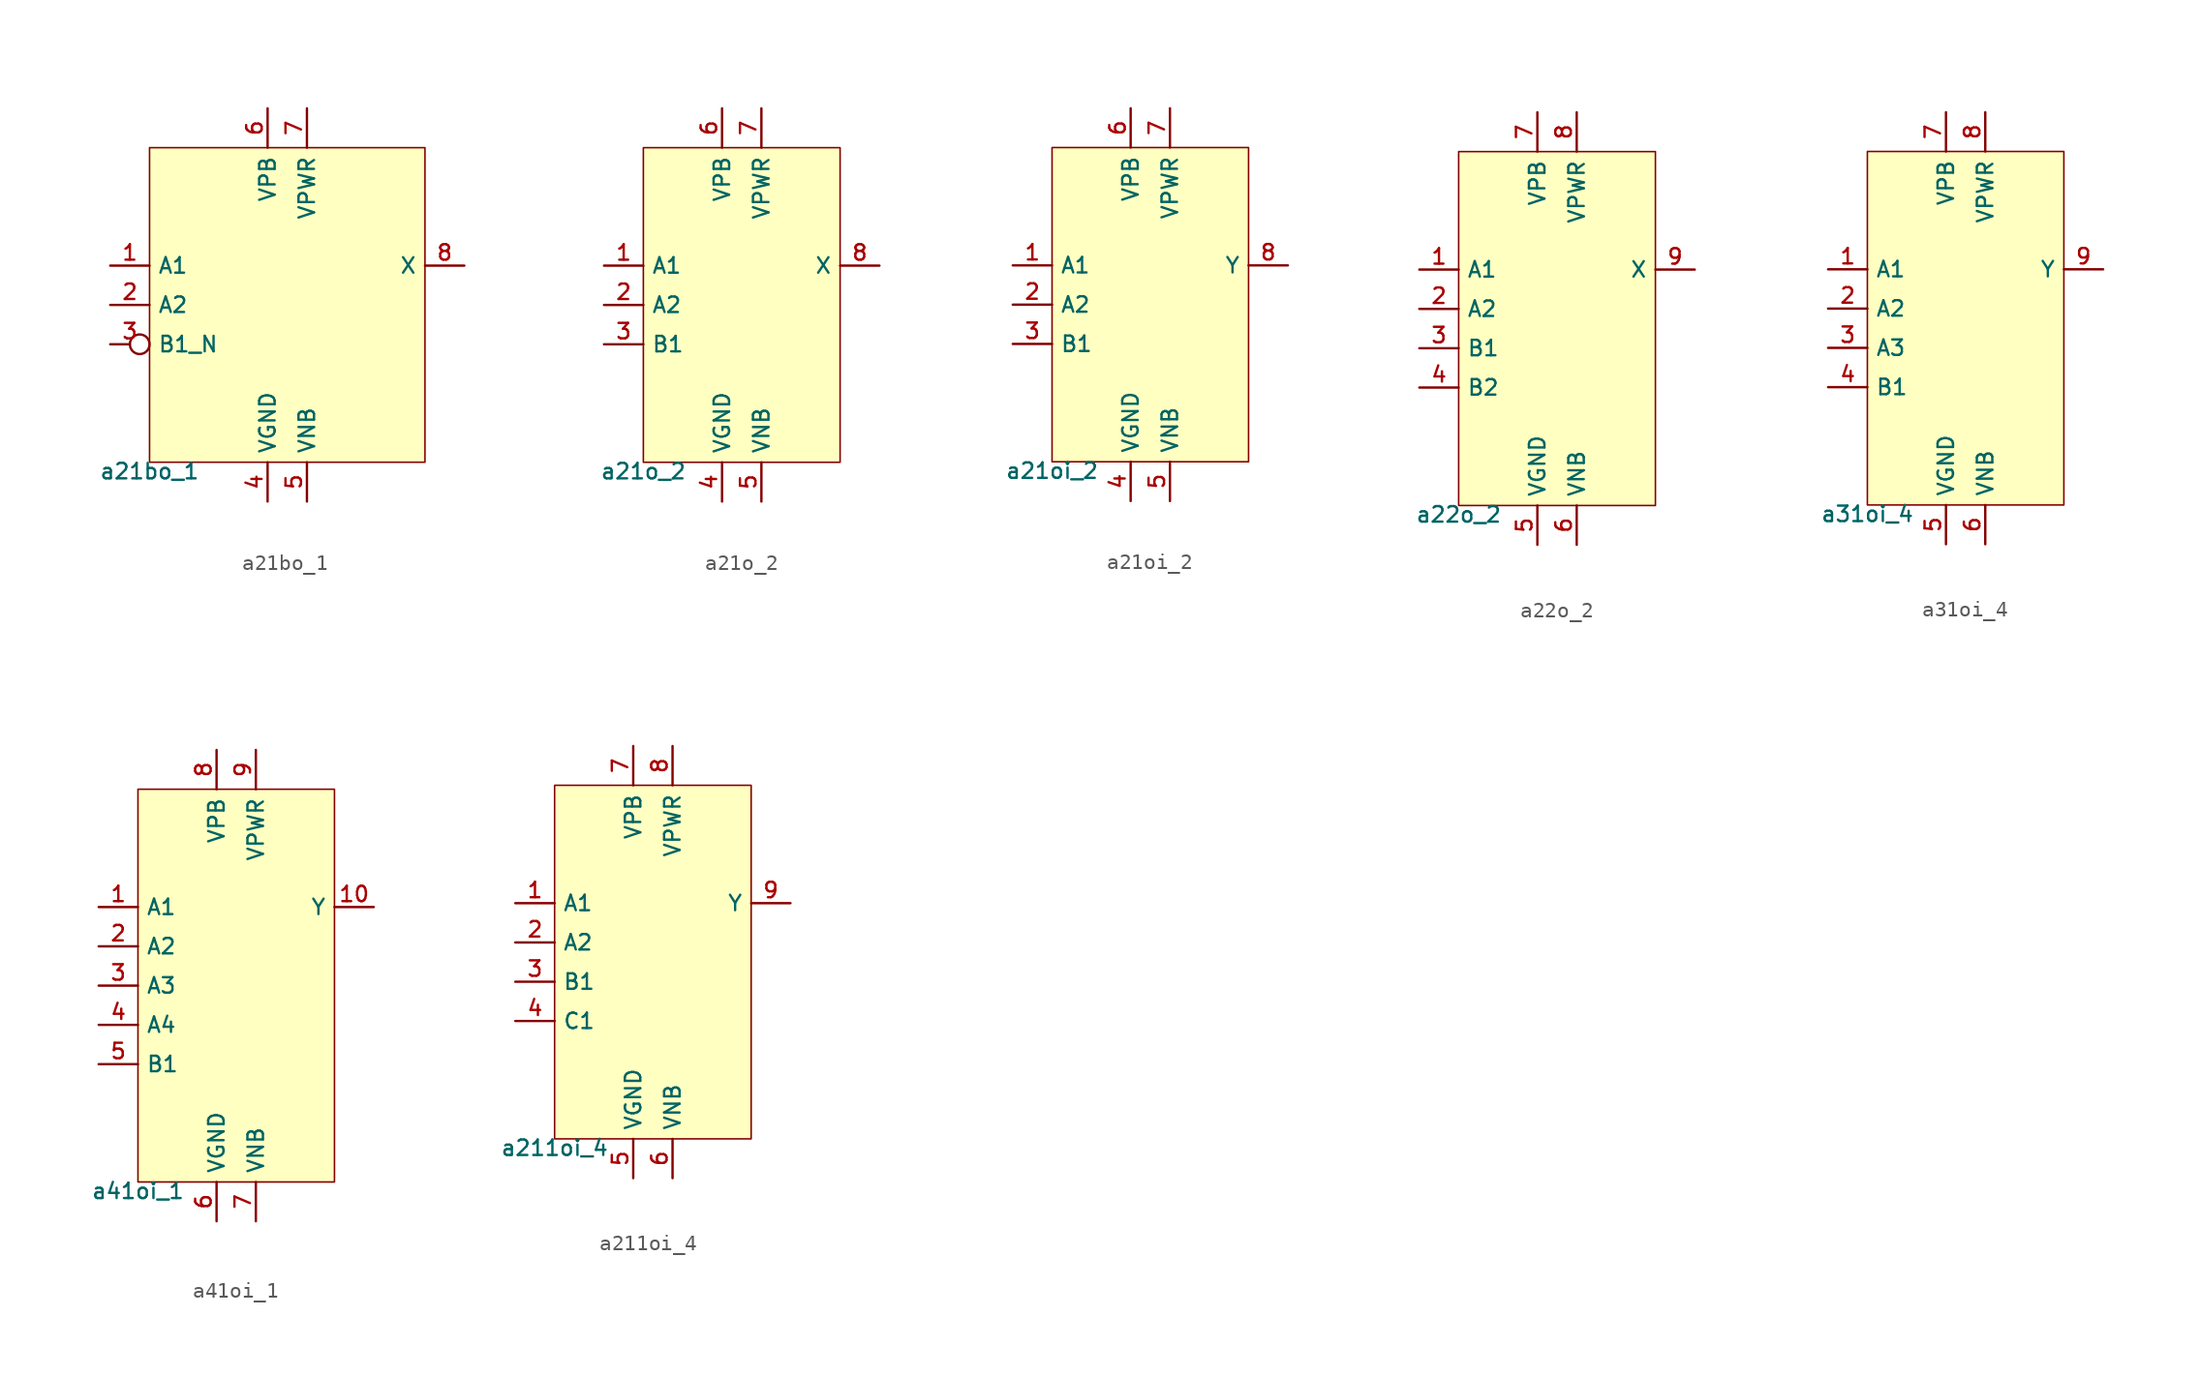
<source format=kicad_sym>
(kicad_symbol_lib
  (version 20211014)
  (generator pdk2kicad)
  (symbol "a21bo_1"
    (property "Reference" "X"
      (at 0 0 0)
      (effects (font (size 1 1)) hide))
    (property "Value" "a21bo_1"
      (at -8.89 -10.16 0)
      (effects (font (size 1 1)) (justify top)))
    (rectangle
      (start -8.89 -10.16)
      (end 8.89 10.16)
      (stroke (width 0.1) (type solid) (color 0 0 0 0))
      (fill (type background)))
    (pin input line
      (at -11.43 2.54 0)
      (length 2.54)
      (name "A1" (effects (font (size 1 1)) hide))
      (number "1" (effects (font (size 1 1)) hide)))
    (pin input line
      (at -11.43 0.0 0)
      (length 2.54)
      (name "A2" (effects (font (size 1 1)) hide))
      (number "2" (effects (font (size 1 1)) hide)))
    (pin input inverted
      (at -11.43 -2.54 0)
      (length 2.54)
      (name "B1_N" (effects (font (size 1 1)) hide))
      (number "3" (effects (font (size 1 1)) hide)))
    (pin power_in line
      (at -1.27 -12.7 90)
      (length 2.54)
      (name "VGND" (effects (font (size 1 1)) hide))
      (number "4" (effects (font (size 1 1)) hide)))
    (pin power_in line
      (at 1.27 -12.7 90)
      (length 2.54)
      (name "VNB" (effects (font (size 1 1)) hide))
      (number "5" (effects (font (size 1 1)) hide)))
    (pin power_in line
      (at -1.27 12.7 270)
      (length 2.54)
      (name "VPB" (effects (font (size 1 1)) hide))
      (number "6" (effects (font (size 1 1)) hide)))
    (pin power_in line
      (at 1.27 12.7 270)
      (length 2.54)
      (name "VPWR" (effects (font (size 1 1)) hide))
      (number "7" (effects (font (size 1 1)) hide)))
    (pin output line
      (at 11.43 2.54 180)
      (length 2.54)
      (name "X" (effects (font (size 1 1)) hide))
      (number "8" (effects (font (size 1 1)) hide))))
  (symbol "a21o_2"
    (property "Reference" "X"
      (at 0 0 0)
      (effects (font (size 1 1)) hide))
    (property "Value" "a21o_2"
      (at -6.35 -10.16 0)
      (effects (font (size 1 1)) (justify top)))
    (rectangle
      (start -6.35 -10.16)
      (end 6.35 10.16)
      (stroke (width 0.1) (type solid) (color 0 0 0 0))
      (fill (type background)))
    (pin input line
      (at -8.89 2.54 0)
      (length 2.54)
      (name "A1" (effects (font (size 1 1)) hide))
      (number "1" (effects (font (size 1 1)) hide)))
    (pin input line
      (at -8.89 0.0 0)
      (length 2.54)
      (name "A2" (effects (font (size 1 1)) hide))
      (number "2" (effects (font (size 1 1)) hide)))
    (pin input line
      (at -8.89 -2.54 0)
      (length 2.54)
      (name "B1" (effects (font (size 1 1)) hide))
      (number "3" (effects (font (size 1 1)) hide)))
    (pin power_in line
      (at -1.27 -12.7 90)
      (length 2.54)
      (name "VGND" (effects (font (size 1 1)) hide))
      (number "4" (effects (font (size 1 1)) hide)))
    (pin power_in line
      (at 1.27 -12.7 90)
      (length 2.54)
      (name "VNB" (effects (font (size 1 1)) hide))
      (number "5" (effects (font (size 1 1)) hide)))
    (pin power_in line
      (at -1.27 12.7 270)
      (length 2.54)
      (name "VPB" (effects (font (size 1 1)) hide))
      (number "6" (effects (font (size 1 1)) hide)))
    (pin power_in line
      (at 1.27 12.7 270)
      (length 2.54)
      (name "VPWR" (effects (font (size 1 1)) hide))
      (number "7" (effects (font (size 1 1)) hide)))
    (pin output line
      (at 8.89 2.54 180)
      (length 2.54)
      (name "X" (effects (font (size 1 1)) hide))
      (number "8" (effects (font (size 1 1)) hide))))
  (symbol "a21oi_2"
    (property "Reference" "X"
      (at 0 0 0)
      (effects (font (size 1 1)) hide))
    (property "Value" "a21oi_2"
      (at -6.35 -10.16 0)
      (effects (font (size 1 1)) (justify top)))
    (rectangle
      (start -6.35 -10.16)
      (end 6.35 10.16)
      (stroke (width 0.1) (type solid) (color 0 0 0 0))
      (fill (type background)))
    (pin input line
      (at -8.89 2.54 0)
      (length 2.54)
      (name "A1" (effects (font (size 1 1)) hide))
      (number "1" (effects (font (size 1 1)) hide)))
    (pin input line
      (at -8.89 0.0 0)
      (length 2.54)
      (name "A2" (effects (font (size 1 1)) hide))
      (number "2" (effects (font (size 1 1)) hide)))
    (pin input line
      (at -8.89 -2.54 0)
      (length 2.54)
      (name "B1" (effects (font (size 1 1)) hide))
      (number "3" (effects (font (size 1 1)) hide)))
    (pin power_in line
      (at -1.27 -12.7 90)
      (length 2.54)
      (name "VGND" (effects (font (size 1 1)) hide))
      (number "4" (effects (font (size 1 1)) hide)))
    (pin power_in line
      (at 1.27 -12.7 90)
      (length 2.54)
      (name "VNB" (effects (font (size 1 1)) hide))
      (number "5" (effects (font (size 1 1)) hide)))
    (pin power_in line
      (at -1.27 12.7 270)
      (length 2.54)
      (name "VPB" (effects (font (size 1 1)) hide))
      (number "6" (effects (font (size 1 1)) hide)))
    (pin power_in line
      (at 1.27 12.7 270)
      (length 2.54)
      (name "VPWR" (effects (font (size 1 1)) hide))
      (number "7" (effects (font (size 1 1)) hide)))
    (pin output line
      (at 8.89 2.54 180)
      (length 2.54)
      (name "Y" (effects (font (size 1 1)) hide))
      (number "8" (effects (font (size 1 1)) hide))))
  (symbol "a22o_2"
    (property "Reference" "X"
      (at 0 0 0)
      (effects (font (size 1 1)) hide))
    (property "Value" "a22o_2"
      (at -6.35 -11.43 0)
      (effects (font (size 1 1)) (justify top)))
    (rectangle
      (start -6.35 -11.43)
      (end 6.35 11.43)
      (stroke (width 0.1) (type solid) (color 0 0 0 0))
      (fill (type background)))
    (pin input line
      (at -8.89 3.81 0)
      (length 2.54)
      (name "A1" (effects (font (size 1 1)) hide))
      (number "1" (effects (font (size 1 1)) hide)))
    (pin input line
      (at -8.89 1.27 0)
      (length 2.54)
      (name "A2" (effects (font (size 1 1)) hide))
      (number "2" (effects (font (size 1 1)) hide)))
    (pin input line
      (at -8.89 -1.27 0)
      (length 2.54)
      (name "B1" (effects (font (size 1 1)) hide))
      (number "3" (effects (font (size 1 1)) hide)))
    (pin input line
      (at -8.89 -3.81 0)
      (length 2.54)
      (name "B2" (effects (font (size 1 1)) hide))
      (number "4" (effects (font (size 1 1)) hide)))
    (pin power_in line
      (at -1.27 -13.97 90)
      (length 2.54)
      (name "VGND" (effects (font (size 1 1)) hide))
      (number "5" (effects (font (size 1 1)) hide)))
    (pin power_in line
      (at 1.27 -13.97 90)
      (length 2.54)
      (name "VNB" (effects (font (size 1 1)) hide))
      (number "6" (effects (font (size 1 1)) hide)))
    (pin power_in line
      (at -1.27 13.97 270)
      (length 2.54)
      (name "VPB" (effects (font (size 1 1)) hide))
      (number "7" (effects (font (size 1 1)) hide)))
    (pin power_in line
      (at 1.27 13.97 270)
      (length 2.54)
      (name "VPWR" (effects (font (size 1 1)) hide))
      (number "8" (effects (font (size 1 1)) hide)))
    (pin output line
      (at 8.89 3.81 180)
      (length 2.54)
      (name "X" (effects (font (size 1 1)) hide))
      (number "9" (effects (font (size 1 1)) hide))))
  (symbol "a31oi_4"
    (property "Reference" "X"
      (at 0 0 0)
      (effects (font (size 1 1)) hide))
    (property "Value" "a31oi_4"
      (at -6.35 -11.43 0)
      (effects (font (size 1 1)) (justify top)))
    (rectangle
      (start -6.35 -11.43)
      (end 6.35 11.43)
      (stroke (width 0.1) (type solid) (color 0 0 0 0))
      (fill (type background)))
    (pin input line
      (at -8.89 3.81 0)
      (length 2.54)
      (name "A1" (effects (font (size 1 1)) hide))
      (number "1" (effects (font (size 1 1)) hide)))
    (pin input line
      (at -8.89 1.27 0)
      (length 2.54)
      (name "A2" (effects (font (size 1 1)) hide))
      (number "2" (effects (font (size 1 1)) hide)))
    (pin input line
      (at -8.89 -1.27 0)
      (length 2.54)
      (name "A3" (effects (font (size 1 1)) hide))
      (number "3" (effects (font (size 1 1)) hide)))
    (pin input line
      (at -8.89 -3.81 0)
      (length 2.54)
      (name "B1" (effects (font (size 1 1)) hide))
      (number "4" (effects (font (size 1 1)) hide)))
    (pin power_in line
      (at -1.27 -13.97 90)
      (length 2.54)
      (name "VGND" (effects (font (size 1 1)) hide))
      (number "5" (effects (font (size 1 1)) hide)))
    (pin power_in line
      (at 1.27 -13.97 90)
      (length 2.54)
      (name "VNB" (effects (font (size 1 1)) hide))
      (number "6" (effects (font (size 1 1)) hide)))
    (pin power_in line
      (at -1.27 13.97 270)
      (length 2.54)
      (name "VPB" (effects (font (size 1 1)) hide))
      (number "7" (effects (font (size 1 1)) hide)))
    (pin power_in line
      (at 1.27 13.97 270)
      (length 2.54)
      (name "VPWR" (effects (font (size 1 1)) hide))
      (number "8" (effects (font (size 1 1)) hide)))
    (pin output line
      (at 8.89 3.81 180)
      (length 2.54)
      (name "Y" (effects (font (size 1 1)) hide))
      (number "9" (effects (font (size 1 1)) hide))))
  (symbol "a41oi_1"
    (property "Reference" "X"
      (at 0 0 0)
      (effects (font (size 1 1)) hide))
    (property "Value" "a41oi_1"
      (at -6.35 -12.7 0)
      (effects (font (size 1 1)) (justify top)))
    (rectangle
      (start -6.35 -12.7)
      (end 6.35 12.7)
      (stroke (width 0.1) (type solid) (color 0 0 0 0))
      (fill (type background)))
    (pin input line
      (at -8.89 5.08 0)
      (length 2.54)
      (name "A1" (effects (font (size 1 1)) hide))
      (number "1" (effects (font (size 1 1)) hide)))
    (pin input line
      (at -8.89 2.54 0)
      (length 2.54)
      (name "A2" (effects (font (size 1 1)) hide))
      (number "2" (effects (font (size 1 1)) hide)))
    (pin input line
      (at -8.89 -8.881784197001252e-16 0)
      (length 2.54)
      (name "A3" (effects (font (size 1 1)) hide))
      (number "3" (effects (font (size 1 1)) hide)))
    (pin input line
      (at -8.89 -2.54 0)
      (length 2.54)
      (name "A4" (effects (font (size 1 1)) hide))
      (number "4" (effects (font (size 1 1)) hide)))
    (pin input line
      (at -8.89 -5.08 0)
      (length 2.54)
      (name "B1" (effects (font (size 1 1)) hide))
      (number "5" (effects (font (size 1 1)) hide)))
    (pin power_in line
      (at -1.27 -15.24 90)
      (length 2.54)
      (name "VGND" (effects (font (size 1 1)) hide))
      (number "6" (effects (font (size 1 1)) hide)))
    (pin power_in line
      (at 1.27 -15.24 90)
      (length 2.54)
      (name "VNB" (effects (font (size 1 1)) hide))
      (number "7" (effects (font (size 1 1)) hide)))
    (pin power_in line
      (at -1.27 15.24 270)
      (length 2.54)
      (name "VPB" (effects (font (size 1 1)) hide))
      (number "8" (effects (font (size 1 1)) hide)))
    (pin power_in line
      (at 1.27 15.24 270)
      (length 2.54)
      (name "VPWR" (effects (font (size 1 1)) hide))
      (number "9" (effects (font (size 1 1)) hide)))
    (pin output line
      (at 8.89 5.08 180)
      (length 2.54)
      (name "Y" (effects (font (size 1 1)) hide))
      (number "10" (effects (font (size 1 1)) hide))))
  (symbol "a211oi_4"
    (property "Reference" "X"
      (at 0 0 0)
      (effects (font (size 1 1)) hide))
    (property "Value" "a211oi_4"
      (at -6.35 -11.43 0)
      (effects (font (size 1 1)) (justify top)))
    (rectangle
      (start -6.35 -11.43)
      (end 6.35 11.43)
      (stroke (width 0.1) (type solid) (color 0 0 0 0))
      (fill (type background)))
    (pin input line
      (at -8.89 3.81 0)
      (length 2.54)
      (name "A1" (effects (font (size 1 1)) hide))
      (number "1" (effects (font (size 1 1)) hide)))
    (pin input line
      (at -8.89 1.27 0)
      (length 2.54)
      (name "A2" (effects (font (size 1 1)) hide))
      (number "2" (effects (font (size 1 1)) hide)))
    (pin input line
      (at -8.89 -1.27 0)
      (length 2.54)
      (name "B1" (effects (font (size 1 1)) hide))
      (number "3" (effects (font (size 1 1)) hide)))
    (pin input line
      (at -8.89 -3.81 0)
      (length 2.54)
      (name "C1" (effects (font (size 1 1)) hide))
      (number "4" (effects (font (size 1 1)) hide)))
    (pin power_in line
      (at -1.27 -13.97 90)
      (length 2.54)
      (name "VGND" (effects (font (size 1 1)) hide))
      (number "5" (effects (font (size 1 1)) hide)))
    (pin power_in line
      (at 1.27 -13.97 90)
      (length 2.54)
      (name "VNB" (effects (font (size 1 1)) hide))
      (number "6" (effects (font (size 1 1)) hide)))
    (pin power_in line
      (at -1.27 13.97 270)
      (length 2.54)
      (name "VPB" (effects (font (size 1 1)) hide))
      (number "7" (effects (font (size 1 1)) hide)))
    (pin power_in line
      (at 1.27 13.97 270)
      (length 2.54)
      (name "VPWR" (effects (font (size 1 1)) hide))
      (number "8" (effects (font (size 1 1)) hide)))
    (pin output line
      (at 8.89 3.81 180)
      (length 2.54)
      (name "Y" (effects (font (size 1 1)) hide))
      (number "9" (effects (font (size 1 1)) hide)))))
</source>
